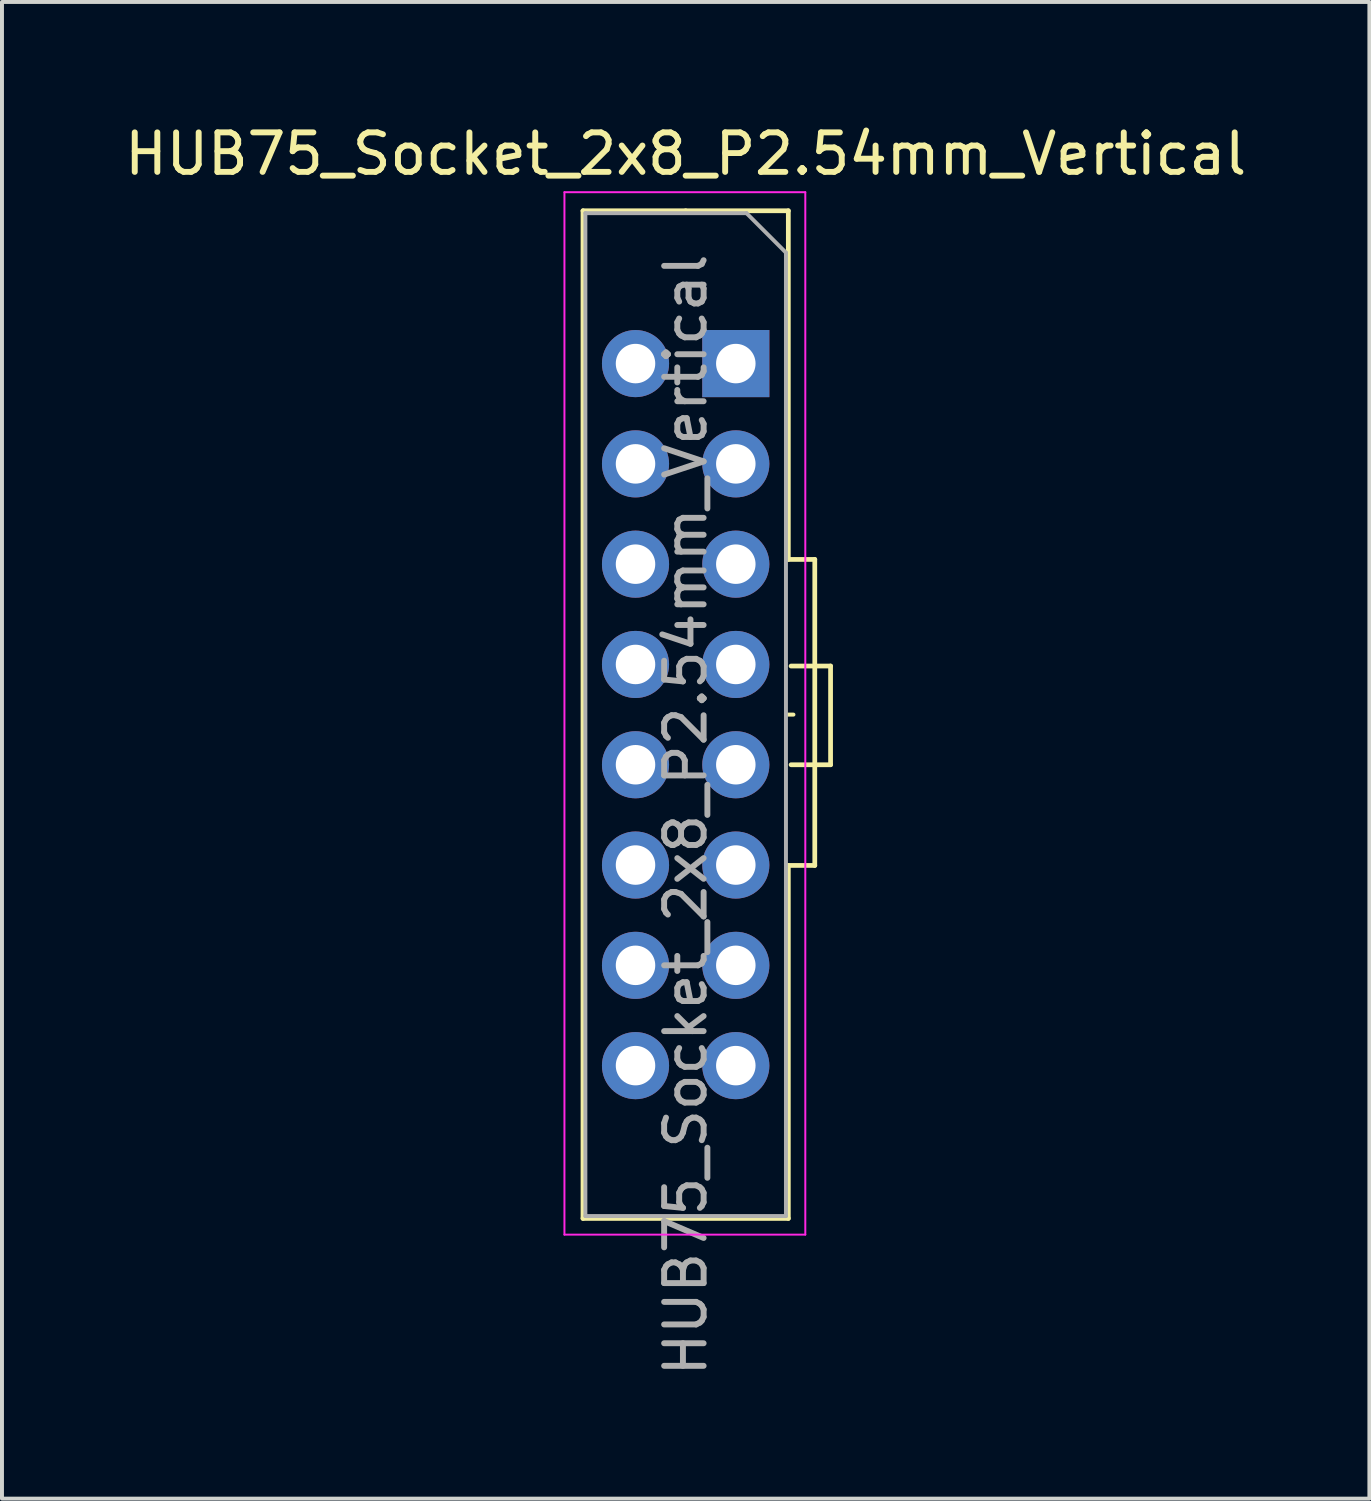
<source format=kicad_pcb>
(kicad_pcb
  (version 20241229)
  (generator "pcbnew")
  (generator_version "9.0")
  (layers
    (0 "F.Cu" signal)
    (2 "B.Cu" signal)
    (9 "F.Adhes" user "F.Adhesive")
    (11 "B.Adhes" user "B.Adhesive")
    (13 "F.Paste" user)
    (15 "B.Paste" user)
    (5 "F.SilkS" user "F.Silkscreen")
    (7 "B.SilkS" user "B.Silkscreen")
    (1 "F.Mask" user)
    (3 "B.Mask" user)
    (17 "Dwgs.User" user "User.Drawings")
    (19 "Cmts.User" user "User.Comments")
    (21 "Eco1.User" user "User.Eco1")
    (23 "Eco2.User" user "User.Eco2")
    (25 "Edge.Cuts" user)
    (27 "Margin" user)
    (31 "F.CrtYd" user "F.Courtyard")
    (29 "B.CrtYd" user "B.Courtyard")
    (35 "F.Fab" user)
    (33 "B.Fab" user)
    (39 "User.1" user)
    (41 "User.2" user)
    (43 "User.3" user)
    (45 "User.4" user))
  (footprint "HUB75_Socket_2x8_P2.54mm_Vertical"
    (layer "F.Cu")
    (at 15.585 3.618)
    (property "Reference" "HUB75_Socket_2x8_P2.54mm_Vertical" (at -1.27 -2.77 0) (layer "F.SilkS") (effects (font (size 1 1) (thickness 0.15))))
    (attr through_hole)
    (fp_line (start -3.87 -1.33) (end -3.87 24.19) (stroke (width 0.12) (type solid)) (layer "F.SilkS"))
    (fp_line (start -3.87 -1.33) (end -1.27 -1.33) (stroke (width 0.12) (type solid)) (layer "F.SilkS"))
    (fp_line (start -3.87 24.19) (end 1.33 24.19) (stroke (width 0.12) (type solid)) (layer "F.SilkS"))
    (fp_line (start -1.27 -1.33) (end 1.33 -1.33) (stroke (width 0.12) (type solid)) (layer "F.SilkS"))
    (fp_line (start 1.32 11.43) (end 1.46 11.43) (stroke (width 0.1) (type default)) (layer "F.SilkS"))
    (fp_line (start 1.33 -1.33) (end 1.33 7.5) (stroke (width 0.12) (type solid)) (layer "F.SilkS"))
    (fp_line (start 1.33 7.5) (end 2 7.5) (stroke (width 0.12) (type default)) (layer "F.SilkS"))
    (fp_line (start 1.33 15.25) (end 1.33 24.19) (stroke (width 0.12) (type solid)) (layer "F.SilkS"))
    (fp_line (start 1.33 15.25) (end 2 15.25) (stroke (width 0.12) (type default)) (layer "F.SilkS"))
    (fp_line (start 1.4 10.2) (end 2.4 10.2) (stroke (width 0.12) (type default)) (layer "F.SilkS"))
    (fp_line (start 1.4 12.7) (end 2.4 12.7) (stroke (width 0.12) (type default)) (layer "F.SilkS"))
    (fp_line (start 2 7.5) (end 2 15.25) (stroke (width 0.12) (type default)) (layer "F.SilkS"))
    (fp_line (start 2.4 10.2) (end 2.4 12.7) (stroke (width 0.12) (type default)) (layer "F.SilkS"))
    (fp_line (start -4.34 -1.8) (end 1.76 -1.8) (stroke (width 0.05) (type solid)) (layer "F.CrtYd"))
    (fp_line (start -4.34 24.6) (end -4.34 -1.8) (stroke (width 0.05) (type solid)) (layer "F.CrtYd"))
    (fp_line (start 1.76 -1.8) (end 1.76 24.6) (stroke (width 0.05) (type solid)) (layer "F.CrtYd"))
    (fp_line (start 1.76 24.6) (end -4.34 24.6) (stroke (width 0.05) (type solid)) (layer "F.CrtYd"))
    (fp_line (start -3.81 -1.27) (end 0.27 -1.27) (stroke (width 0.1) (type solid)) (layer "F.Fab"))
    (fp_line (start -3.81 24.13) (end -3.81 -1.27) (stroke (width 0.1) (type solid)) (layer "F.Fab"))
    (fp_line (start 0.27 -1.27) (end 1.27 -0.27) (stroke (width 0.1) (type solid)) (layer "F.Fab"))
    (fp_line (start 1.27 -0.27) (end 1.27 24.13) (stroke (width 0.1) (type solid)) (layer "F.Fab"))
    (fp_line (start 1.27 24.13) (end -3.81 24.13) (stroke (width 0.1) (type solid)) (layer "F.Fab"))
    (fp_text user "${REFERENCE}" (at -1.27 13.97 90) (layer "F.Fab") (effects (font (size 1 1) (thickness 0.15))))
    (pad "A" thru_hole oval (at 0 12.7) (size 1.7 1.7) (drill 1) (layers "*.Cu" "*.Mask"))
    (pad "B" thru_hole oval (at -2.54 12.7) (size 1.7 1.7) (drill 1) (layers "*.Cu" "*.Mask"))
    (pad "B1" thru_hole oval (at 0 5.08) (size 1.7 1.7) (drill 1) (layers "*.Cu" "*.Mask"))
    (pad "B2" thru_hole oval (at 0 10.16) (size 1.7 1.7) (drill 1) (layers "*.Cu" "*.Mask"))
    (pad "C" thru_hole oval (at 0 15.24) (size 1.7 1.7) (drill 1) (layers "*.Cu" "*.Mask"))
    (pad "CLK" thru_hole oval (at 0 17.78) (size 1.7 1.7) (drill 1) (layers "*.Cu" "*.Mask"))
    (pad "D" thru_hole oval (at -2.54 15.24) (size 1.7 1.7) (drill 1) (layers "*.Cu" "*.Mask"))
    (pad "E" thru_hole oval (at -2.54 10.16) (size 1.7 1.7) (drill 1) (layers "*.Cu" "*.Mask"))
    (pad "G/E" thru_hole oval (at -2.54 20.32) (size 1.7 1.7) (drill 1) (layers "*.Cu" "*.Mask"))
    (pad "G1" thru_hole oval (at -2.54 2.54) (size 1.7 1.7) (drill 1) (layers "*.Cu" "*.Mask"))
    (pad "G2" thru_hole oval (at -2.54 7.62) (size 1.7 1.7) (drill 1) (layers "*.Cu" "*.Mask"))
    (pad "GND" thru_hole oval (at -2.54 5.08) (size 1.7 1.7) (drill 1) (layers "*.Cu" "*.Mask"))
    (pad "LAT" thru_hole oval (at -2.54 17.78) (size 1.7 1.7) (drill 1) (layers "*.Cu" "*.Mask"))
    (pad "OE" thru_hole oval (at 0 20.32) (size 1.7 1.7) (drill 1) (layers "*.Cu" "*.Mask"))
    (pad "R1" thru_hole rect (at 0 2.54) (size 1.7 1.7) (drill 1) (layers "*.Cu" "*.Mask"))
    (pad "R2" thru_hole oval (at 0 7.62) (size 1.7 1.7) (drill 1) (layers "*.Cu" "*.Mask")))
  (gr_rect
    (start -3 -3)
    (end 31.631 34.904)
    (stroke (width 0.1) (type default))
    (fill no)
    (layer "Edge.Cuts")))
</source>
